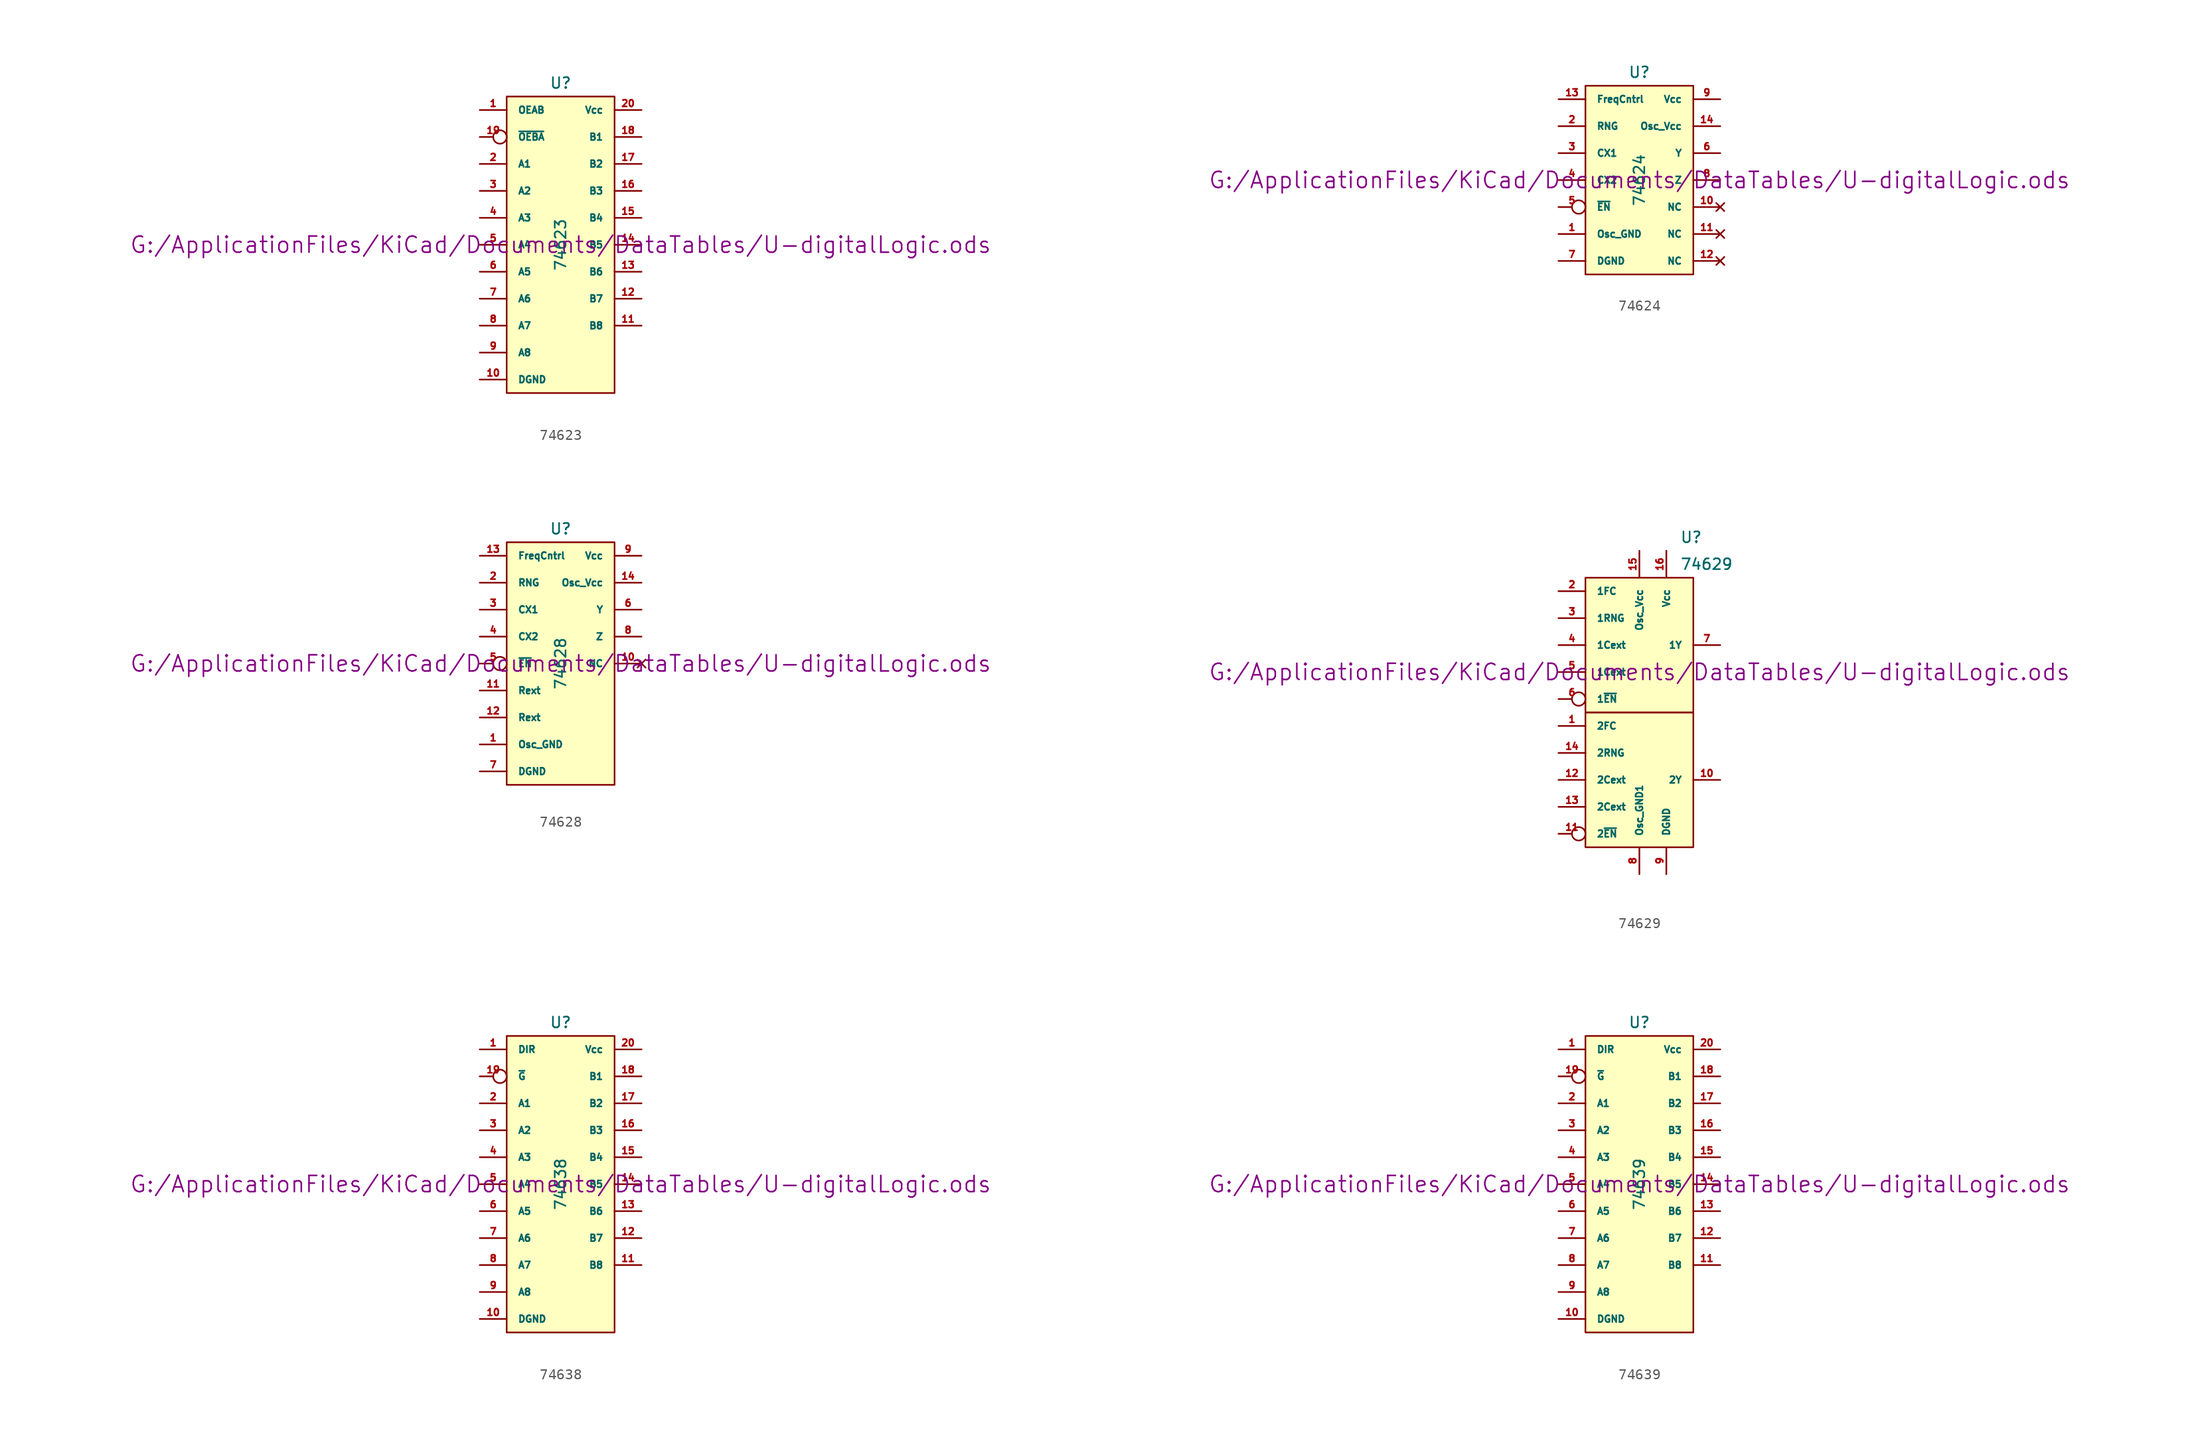
<source format=kicad_sym>
(kicad_symbol_lib
  (version 20211014)
  (generator kicad_symbol_editor)
  (symbol "74623"
    (pin_names
      (offset 1.016))
    (property "Reference" "U"
      (at 0 15.24 0)
      (effects (font (size 1.016 1.016))))
    (property "Value" "74623"
      (at 0 0 90)
      (effects (font (size 1.016 1.016))))
    (property "Footprint" ""
      (at 0 0 0)
      (effects (font (size 1.524 1.524))))
    (property "Datasheet" "G:/ApplicationFiles/KiCad/Documents/DataTables/U-digitalLogic.ods"
      (at 0 0 0)
      (effects (font (size 1.524 1.524))))
    (symbol "74623_0_1"
      (rectangle (start -5.08 13.97) (end 5.08 -13.97) (stroke (width 0) (type default) (color 0 0 0 0)) (fill (type background))))
    (symbol "74623_1_1"
      (pin input line (at -7.62 12.7 0) (length 2.54) (name "OEAB" (effects (font (size 0.635 0.635)))) (number "1" (effects (font (size 0.635 0.635)))))
      (pin power_in line (at -7.62 -12.7 0) (length 2.54) (name "DGND" (effects (font (size 0.635 0.635)))) (number "10" (effects (font (size 0.635 0.635)))))
      (pin tri_state line (at 7.62 -7.62 180) (length 2.54) (name "B8" (effects (font (size 0.635 0.635)))) (number "11" (effects (font (size 0.635 0.635)))))
      (pin tri_state line (at 7.62 -5.08 180) (length 2.54) (name "B7" (effects (font (size 0.635 0.635)))) (number "12" (effects (font (size 0.635 0.635)))))
      (pin tri_state line (at 7.62 -2.54 180) (length 2.54) (name "B6" (effects (font (size 0.635 0.635)))) (number "13" (effects (font (size 0.635 0.635)))))
      (pin tri_state line (at 7.62 0 180) (length 2.54) (name "B5" (effects (font (size 0.635 0.635)))) (number "14" (effects (font (size 0.635 0.635)))))
      (pin tri_state line (at 7.62 2.54 180) (length 2.54) (name "B4" (effects (font (size 0.635 0.635)))) (number "15" (effects (font (size 0.635 0.635)))))
      (pin tri_state line (at 7.62 5.08 180) (length 2.54) (name "B3" (effects (font (size 0.635 0.635)))) (number "16" (effects (font (size 0.635 0.635)))))
      (pin tri_state line (at 7.62 7.62 180) (length 2.54) (name "B2" (effects (font (size 0.635 0.635)))) (number "17" (effects (font (size 0.635 0.635)))))
      (pin tri_state line (at 7.62 10.16 180) (length 2.54) (name "B1" (effects (font (size 0.635 0.635)))) (number "18" (effects (font (size 0.635 0.635)))))
      (pin input inverted (at -7.62 10.16 0) (length 2.54) (name "~{OEBA}" (effects (font (size 0.635 0.635)))) (number "19" (effects (font (size 0.635 0.635)))))
      (pin tri_state line (at -7.62 7.62 0) (length 2.54) (name "A1" (effects (font (size 0.635 0.635)))) (number "2" (effects (font (size 0.635 0.635)))))
      (pin power_in line (at 7.62 12.7 180) (length 2.54) (name "Vcc" (effects (font (size 0.635 0.635)))) (number "20" (effects (font (size 0.635 0.635)))))
      (pin tri_state line (at -7.62 5.08 0) (length 2.54) (name "A2" (effects (font (size 0.635 0.635)))) (number "3" (effects (font (size 0.635 0.635)))))
      (pin tri_state line (at -7.62 2.54 0) (length 2.54) (name "A3" (effects (font (size 0.635 0.635)))) (number "4" (effects (font (size 0.635 0.635)))))
      (pin tri_state line (at -7.62 0 0) (length 2.54) (name "A4" (effects (font (size 0.635 0.635)))) (number "5" (effects (font (size 0.635 0.635)))))
      (pin tri_state line (at -7.62 -2.54 0) (length 2.54) (name "A5" (effects (font (size 0.635 0.635)))) (number "6" (effects (font (size 0.635 0.635)))))
      (pin tri_state line (at -7.62 -5.08 0) (length 2.54) (name "A6" (effects (font (size 0.635 0.635)))) (number "7" (effects (font (size 0.635 0.635)))))
      (pin tri_state line (at -7.62 -7.62 0) (length 2.54) (name "A7" (effects (font (size 0.635 0.635)))) (number "8" (effects (font (size 0.635 0.635)))))
      (pin tri_state line (at -7.62 -10.16 0) (length 2.54) (name "A8" (effects (font (size 0.635 0.635)))) (number "9" (effects (font (size 0.635 0.635)))))))
  (symbol "74624"
    (pin_names
      (offset 1.016))
    (property "Reference" "U"
      (at 0 10.16 0)
      (effects (font (size 1.016 1.016))))
    (property "Value" "74624"
      (at 0 0 90)
      (effects (font (size 1.016 1.016))))
    (property "Footprint" ""
      (at 0 0 0)
      (effects (font (size 1.524 1.524))))
    (property "Datasheet" "G:/ApplicationFiles/KiCad/Documents/DataTables/U-digitalLogic.ods"
      (at 0 0 0)
      (effects (font (size 1.524 1.524))))
    (symbol "74624_0_1"
      (rectangle (start -5.08 8.89) (end 5.08 -8.89) (stroke (width 0) (type default) (color 0 0 0 0)) (fill (type background))))
    (symbol "74624_1_1"
      (pin power_in line (at -7.62 -5.08 0) (length 2.54) (name "Osc_GND" (effects (font (size 0.635 0.635)))) (number "1" (effects (font (size 0.635 0.635)))))
      (pin no_connect line (at 7.62 -2.54 180) (length 2.54) (name "NC" (effects (font (size 0.635 0.635)))) (number "10" (effects (font (size 0.635 0.635)))))
      (pin no_connect line (at 7.62 -5.08 180) (length 2.54) (name "NC" (effects (font (size 0.635 0.635)))) (number "11" (effects (font (size 0.635 0.635)))))
      (pin no_connect line (at 7.62 -7.62 180) (length 2.54) (name "NC" (effects (font (size 0.635 0.635)))) (number "12" (effects (font (size 0.635 0.635)))))
      (pin input line (at -7.62 7.62 0) (length 2.54) (name "FreqCntrl" (effects (font (size 0.635 0.635)))) (number "13" (effects (font (size 0.635 0.635)))))
      (pin power_in line (at 7.62 5.08 180) (length 2.54) (name "Osc_Vcc" (effects (font (size 0.635 0.635)))) (number "14" (effects (font (size 0.635 0.635)))))
      (pin input line (at -7.62 5.08 0) (length 2.54) (name "RNG" (effects (font (size 0.635 0.635)))) (number "2" (effects (font (size 0.635 0.635)))))
      (pin input line (at -7.62 2.54 0) (length 2.54) (name "CX1" (effects (font (size 0.635 0.635)))) (number "3" (effects (font (size 0.635 0.635)))))
      (pin input line (at -7.62 0 0) (length 2.54) (name "CX2" (effects (font (size 0.635 0.635)))) (number "4" (effects (font (size 0.635 0.635)))))
      (pin input inverted (at -7.62 -2.54 0) (length 2.54) (name "~{EN}" (effects (font (size 0.635 0.635)))) (number "5" (effects (font (size 0.635 0.635)))))
      (pin output line (at 7.62 2.54 180) (length 2.54) (name "Y" (effects (font (size 0.635 0.635)))) (number "6" (effects (font (size 0.635 0.635)))))
      (pin power_in line (at -7.62 -7.62 0) (length 2.54) (name "DGND" (effects (font (size 0.635 0.635)))) (number "7" (effects (font (size 0.635 0.635)))))
      (pin output line (at 7.62 0 180) (length 2.54) (name "Z" (effects (font (size 0.635 0.635)))) (number "8" (effects (font (size 0.635 0.635)))))
      (pin power_in line (at 7.62 7.62 180) (length 2.54) (name "Vcc" (effects (font (size 0.635 0.635)))) (number "9" (effects (font (size 0.635 0.635)))))))
  (symbol "74628"
    (pin_names
      (offset 1.016))
    (property "Reference" "U"
      (at 0 12.7 0)
      (effects (font (size 1.016 1.016))))
    (property "Value" "74628"
      (at 0 0 90)
      (effects (font (size 1.016 1.016))))
    (property "Footprint" ""
      (at 0 0 0)
      (effects (font (size 1.524 1.524))))
    (property "Datasheet" "G:/ApplicationFiles/KiCad/Documents/DataTables/U-digitalLogic.ods"
      (at 0 0 0)
      (effects (font (size 1.524 1.524))))
    (symbol "74628_0_1"
      (rectangle (start -5.08 11.43) (end 5.08 -11.43) (stroke (width 0) (type default) (color 0 0 0 0)) (fill (type background))))
    (symbol "74628_1_1"
      (pin power_in line (at -7.62 -7.62 0) (length 2.54) (name "Osc_GND" (effects (font (size 0.635 0.635)))) (number "1" (effects (font (size 0.635 0.635)))))
      (pin no_connect line (at 7.62 0 180) (length 2.54) (name "NC" (effects (font (size 0.635 0.635)))) (number "10" (effects (font (size 0.635 0.635)))))
      (pin input line (at -7.62 -2.54 0) (length 2.54) (name "Rext" (effects (font (size 0.635 0.635)))) (number "11" (effects (font (size 0.635 0.635)))))
      (pin input line (at -7.62 -5.08 0) (length 2.54) (name "Rext" (effects (font (size 0.635 0.635)))) (number "12" (effects (font (size 0.635 0.635)))))
      (pin input line (at -7.62 10.16 0) (length 2.54) (name "FreqCntrl" (effects (font (size 0.635 0.635)))) (number "13" (effects (font (size 0.635 0.635)))))
      (pin power_in line (at 7.62 7.62 180) (length 2.54) (name "Osc_Vcc" (effects (font (size 0.635 0.635)))) (number "14" (effects (font (size 0.635 0.635)))))
      (pin input line (at -7.62 7.62 0) (length 2.54) (name "RNG" (effects (font (size 0.635 0.635)))) (number "2" (effects (font (size 0.635 0.635)))))
      (pin input line (at -7.62 5.08 0) (length 2.54) (name "CX1" (effects (font (size 0.635 0.635)))) (number "3" (effects (font (size 0.635 0.635)))))
      (pin input line (at -7.62 2.54 0) (length 2.54) (name "CX2" (effects (font (size 0.635 0.635)))) (number "4" (effects (font (size 0.635 0.635)))))
      (pin input inverted (at -7.62 0 0) (length 2.54) (name "~{EN}" (effects (font (size 0.635 0.635)))) (number "5" (effects (font (size 0.635 0.635)))))
      (pin output line (at 7.62 5.08 180) (length 2.54) (name "Y" (effects (font (size 0.635 0.635)))) (number "6" (effects (font (size 0.635 0.635)))))
      (pin power_in line (at -7.62 -10.16 0) (length 2.54) (name "DGND" (effects (font (size 0.635 0.635)))) (number "7" (effects (font (size 0.635 0.635)))))
      (pin output line (at 7.62 2.54 180) (length 2.54) (name "Z" (effects (font (size 0.635 0.635)))) (number "8" (effects (font (size 0.635 0.635)))))
      (pin power_in line (at 7.62 10.16 180) (length 2.54) (name "Vcc" (effects (font (size 0.635 0.635)))) (number "9" (effects (font (size 0.635 0.635)))))))
  (symbol "74629"
    (pin_names
      (offset 1.016))
    (property "Reference" "U"
      (at 3.81 19.05 0)
      (effects (font (size 1.016 1.016)) (justify left)))
    (property "Value" "74629"
      (at 3.81 16.51 0)
      (effects (font (size 1.016 1.016)) (justify left)))
    (property "Footprint" ""
      (at 0 6.35 0)
      (effects (font (size 1.524 1.524))))
    (property "Datasheet" "G:/ApplicationFiles/KiCad/Documents/DataTables/U-digitalLogic.ods"
      (at 0 6.35 0)
      (effects (font (size 1.524 1.524))))
    (symbol "74629_0_0"
      (pin power_in line (at 0 -12.7 90) (length 2.54) (name "Osc_GND1" (effects (font (size 0.635 0.635)))) (number "8" (effects (font (size 0.635 0.635))))))
    (symbol "74629_0_1"
      (rectangle (start -5.08 2.54) (end 5.08 -10.16) (stroke (width 0) (type default) (color 0 0 0 0)) (fill (type background)))
      (rectangle (start -5.08 15.24) (end 5.08 2.54) (stroke (width 0) (type default) (color 0 0 0 0)) (fill (type background)))
      (pin power_in line (at 0 17.78 270) (length 2.54) (name "Osc_Vcc" (effects (font (size 0.635 0.635)))) (number "15" (effects (font (size 0.635 0.635))))))
    (symbol "74629_1_1"
      (pin input line (at -7.62 1.27 0) (length 2.54) (name "2FC" (effects (font (size 0.635 0.635)))) (number "1" (effects (font (size 0.635 0.635)))))
      (pin output line (at 7.62 -3.81 180) (length 2.54) (name "2Y" (effects (font (size 0.635 0.635)))) (number "10" (effects (font (size 0.635 0.635)))))
      (pin input inverted (at -7.62 -8.89 0) (length 2.54) (name "2~{EN}" (effects (font (size 0.635 0.635)))) (number "11" (effects (font (size 0.635 0.635)))))
      (pin input line (at -7.62 -3.81 0) (length 2.54) (name "2Cext" (effects (font (size 0.635 0.635)))) (number "12" (effects (font (size 0.635 0.635)))))
      (pin input line (at -7.62 -6.35 0) (length 2.54) (name "2Cext" (effects (font (size 0.635 0.635)))) (number "13" (effects (font (size 0.635 0.635)))))
      (pin input line (at -7.62 -1.27 0) (length 2.54) (name "2RNG" (effects (font (size 0.635 0.635)))) (number "14" (effects (font (size 0.635 0.635)))))
      (pin power_in line (at 2.54 17.78 270) (length 2.54) (name "Vcc" (effects (font (size 0.635 0.635)))) (number "16" (effects (font (size 0.635 0.635)))))
      (pin input line (at -7.62 13.97 0) (length 2.54) (name "1FC" (effects (font (size 0.635 0.635)))) (number "2" (effects (font (size 0.635 0.635)))))
      (pin input line (at -7.62 11.43 0) (length 2.54) (name "1RNG" (effects (font (size 0.635 0.635)))) (number "3" (effects (font (size 0.635 0.635)))))
      (pin input line (at -7.62 8.89 0) (length 2.54) (name "1Cext" (effects (font (size 0.635 0.635)))) (number "4" (effects (font (size 0.635 0.635)))))
      (pin input line (at -7.62 6.35 0) (length 2.54) (name "1Cext" (effects (font (size 0.635 0.635)))) (number "5" (effects (font (size 0.635 0.635)))))
      (pin input inverted (at -7.62 3.81 0) (length 2.54) (name "1~{EN}" (effects (font (size 0.635 0.635)))) (number "6" (effects (font (size 0.635 0.635)))))
      (pin output line (at 7.62 8.89 180) (length 2.54) (name "1Y" (effects (font (size 0.635 0.635)))) (number "7" (effects (font (size 0.635 0.635)))))
      (pin power_in line (at 2.54 -12.7 90) (length 2.54) (name "DGND" (effects (font (size 0.635 0.635)))) (number "9" (effects (font (size 0.635 0.635)))))))
  (symbol "74638"
    (pin_names
      (offset 1.016))
    (property "Reference" "U"
      (at 0 15.24 0)
      (effects (font (size 1.016 1.016))))
    (property "Value" "74638"
      (at 0 0 90)
      (effects (font (size 1.016 1.016))))
    (property "Footprint" ""
      (at 0 0 0)
      (effects (font (size 1.524 1.524))))
    (property "Datasheet" "G:/ApplicationFiles/KiCad/Documents/DataTables/U-digitalLogic.ods"
      (at 0 0 0)
      (effects (font (size 1.524 1.524))))
    (symbol "74638_0_1"
      (rectangle (start -5.08 13.97) (end 5.08 -13.97) (stroke (width 0) (type default) (color 0 0 0 0)) (fill (type background))))
    (symbol "74638_1_1"
      (pin input line (at -7.62 12.7 0) (length 2.54) (name "DIR" (effects (font (size 0.635 0.635)))) (number "1" (effects (font (size 0.635 0.635)))))
      (pin power_in line (at -7.62 -12.7 0) (length 2.54) (name "DGND" (effects (font (size 0.635 0.635)))) (number "10" (effects (font (size 0.635 0.635)))))
      (pin bidirectional line (at 7.62 -7.62 180) (length 2.54) (name "B8" (effects (font (size 0.635 0.635)))) (number "11" (effects (font (size 0.635 0.635)))))
      (pin bidirectional line (at 7.62 -5.08 180) (length 2.54) (name "B7" (effects (font (size 0.635 0.635)))) (number "12" (effects (font (size 0.635 0.635)))))
      (pin bidirectional line (at 7.62 -2.54 180) (length 2.54) (name "B6" (effects (font (size 0.635 0.635)))) (number "13" (effects (font (size 0.635 0.635)))))
      (pin bidirectional line (at 7.62 0 180) (length 2.54) (name "B5" (effects (font (size 0.635 0.635)))) (number "14" (effects (font (size 0.635 0.635)))))
      (pin bidirectional line (at 7.62 2.54 180) (length 2.54) (name "B4" (effects (font (size 0.635 0.635)))) (number "15" (effects (font (size 0.635 0.635)))))
      (pin bidirectional line (at 7.62 5.08 180) (length 2.54) (name "B3" (effects (font (size 0.635 0.635)))) (number "16" (effects (font (size 0.635 0.635)))))
      (pin bidirectional line (at 7.62 7.62 180) (length 2.54) (name "B2" (effects (font (size 0.635 0.635)))) (number "17" (effects (font (size 0.635 0.635)))))
      (pin bidirectional line (at 7.62 10.16 180) (length 2.54) (name "B1" (effects (font (size 0.635 0.635)))) (number "18" (effects (font (size 0.635 0.635)))))
      (pin input inverted (at -7.62 10.16 0) (length 2.54) (name "~{G}" (effects (font (size 0.635 0.635)))) (number "19" (effects (font (size 0.635 0.635)))))
      (pin bidirectional line (at -7.62 7.62 0) (length 2.54) (name "A1" (effects (font (size 0.635 0.635)))) (number "2" (effects (font (size 0.635 0.635)))))
      (pin power_in line (at 7.62 12.7 180) (length 2.54) (name "Vcc" (effects (font (size 0.635 0.635)))) (number "20" (effects (font (size 0.635 0.635)))))
      (pin bidirectional line (at -7.62 5.08 0) (length 2.54) (name "A2" (effects (font (size 0.635 0.635)))) (number "3" (effects (font (size 0.635 0.635)))))
      (pin bidirectional line (at -7.62 2.54 0) (length 2.54) (name "A3" (effects (font (size 0.635 0.635)))) (number "4" (effects (font (size 0.635 0.635)))))
      (pin bidirectional line (at -7.62 0 0) (length 2.54) (name "A4" (effects (font (size 0.635 0.635)))) (number "5" (effects (font (size 0.635 0.635)))))
      (pin bidirectional line (at -7.62 -2.54 0) (length 2.54) (name "A5" (effects (font (size 0.635 0.635)))) (number "6" (effects (font (size 0.635 0.635)))))
      (pin bidirectional line (at -7.62 -5.08 0) (length 2.54) (name "A6" (effects (font (size 0.635 0.635)))) (number "7" (effects (font (size 0.635 0.635)))))
      (pin bidirectional line (at -7.62 -7.62 0) (length 2.54) (name "A7" (effects (font (size 0.635 0.635)))) (number "8" (effects (font (size 0.635 0.635)))))
      (pin bidirectional line (at -7.62 -10.16 0) (length 2.54) (name "A8" (effects (font (size 0.635 0.635)))) (number "9" (effects (font (size 0.635 0.635)))))))
  (symbol "74639"
    (pin_names
      (offset 1.016))
    (property "Reference" "U"
      (at 0 15.24 0)
      (effects (font (size 1.016 1.016))))
    (property "Value" "74639"
      (at 0 0 90)
      (effects (font (size 1.016 1.016))))
    (property "Footprint" ""
      (at 0 0 0)
      (effects (font (size 1.524 1.524))))
    (property "Datasheet" "G:/ApplicationFiles/KiCad/Documents/DataTables/U-digitalLogic.ods"
      (at 0 0 0)
      (effects (font (size 1.524 1.524))))
    (symbol "74639_0_1"
      (rectangle (start -5.08 13.97) (end 5.08 -13.97) (stroke (width 0) (type default) (color 0 0 0 0)) (fill (type background))))
    (symbol "74639_1_1"
      (pin input line (at -7.62 12.7 0) (length 2.54) (name "DIR" (effects (font (size 0.635 0.635)))) (number "1" (effects (font (size 0.635 0.635)))))
      (pin power_in line (at -7.62 -12.7 0) (length 2.54) (name "DGND" (effects (font (size 0.635 0.635)))) (number "10" (effects (font (size 0.635 0.635)))))
      (pin bidirectional line (at 7.62 -7.62 180) (length 2.54) (name "B8" (effects (font (size 0.635 0.635)))) (number "11" (effects (font (size 0.635 0.635)))))
      (pin bidirectional line (at 7.62 -5.08 180) (length 2.54) (name "B7" (effects (font (size 0.635 0.635)))) (number "12" (effects (font (size 0.635 0.635)))))
      (pin bidirectional line (at 7.62 -2.54 180) (length 2.54) (name "B6" (effects (font (size 0.635 0.635)))) (number "13" (effects (font (size 0.635 0.635)))))
      (pin bidirectional line (at 7.62 0 180) (length 2.54) (name "B5" (effects (font (size 0.635 0.635)))) (number "14" (effects (font (size 0.635 0.635)))))
      (pin bidirectional line (at 7.62 2.54 180) (length 2.54) (name "B4" (effects (font (size 0.635 0.635)))) (number "15" (effects (font (size 0.635 0.635)))))
      (pin bidirectional line (at 7.62 5.08 180) (length 2.54) (name "B3" (effects (font (size 0.635 0.635)))) (number "16" (effects (font (size 0.635 0.635)))))
      (pin bidirectional line (at 7.62 7.62 180) (length 2.54) (name "B2" (effects (font (size 0.635 0.635)))) (number "17" (effects (font (size 0.635 0.635)))))
      (pin bidirectional line (at 7.62 10.16 180) (length 2.54) (name "B1" (effects (font (size 0.635 0.635)))) (number "18" (effects (font (size 0.635 0.635)))))
      (pin input inverted (at -7.62 10.16 0) (length 2.54) (name "~{G}" (effects (font (size 0.635 0.635)))) (number "19" (effects (font (size 0.635 0.635)))))
      (pin bidirectional line (at -7.62 7.62 0) (length 2.54) (name "A1" (effects (font (size 0.635 0.635)))) (number "2" (effects (font (size 0.635 0.635)))))
      (pin power_in line (at 7.62 12.7 180) (length 2.54) (name "Vcc" (effects (font (size 0.635 0.635)))) (number "20" (effects (font (size 0.635 0.635)))))
      (pin bidirectional line (at -7.62 5.08 0) (length 2.54) (name "A2" (effects (font (size 0.635 0.635)))) (number "3" (effects (font (size 0.635 0.635)))))
      (pin bidirectional line (at -7.62 2.54 0) (length 2.54) (name "A3" (effects (font (size 0.635 0.635)))) (number "4" (effects (font (size 0.635 0.635)))))
      (pin bidirectional line (at -7.62 0 0) (length 2.54) (name "A4" (effects (font (size 0.635 0.635)))) (number "5" (effects (font (size 0.635 0.635)))))
      (pin bidirectional line (at -7.62 -2.54 0) (length 2.54) (name "A5" (effects (font (size 0.635 0.635)))) (number "6" (effects (font (size 0.635 0.635)))))
      (pin bidirectional line (at -7.62 -5.08 0) (length 2.54) (name "A6" (effects (font (size 0.635 0.635)))) (number "7" (effects (font (size 0.635 0.635)))))
      (pin bidirectional line (at -7.62 -7.62 0) (length 2.54) (name "A7" (effects (font (size 0.635 0.635)))) (number "8" (effects (font (size 0.635 0.635)))))
      (pin bidirectional line (at -7.62 -10.16 0) (length 2.54) (name "A8" (effects (font (size 0.635 0.635)))) (number "9" (effects (font (size 0.635 0.635))))))))
</source>
